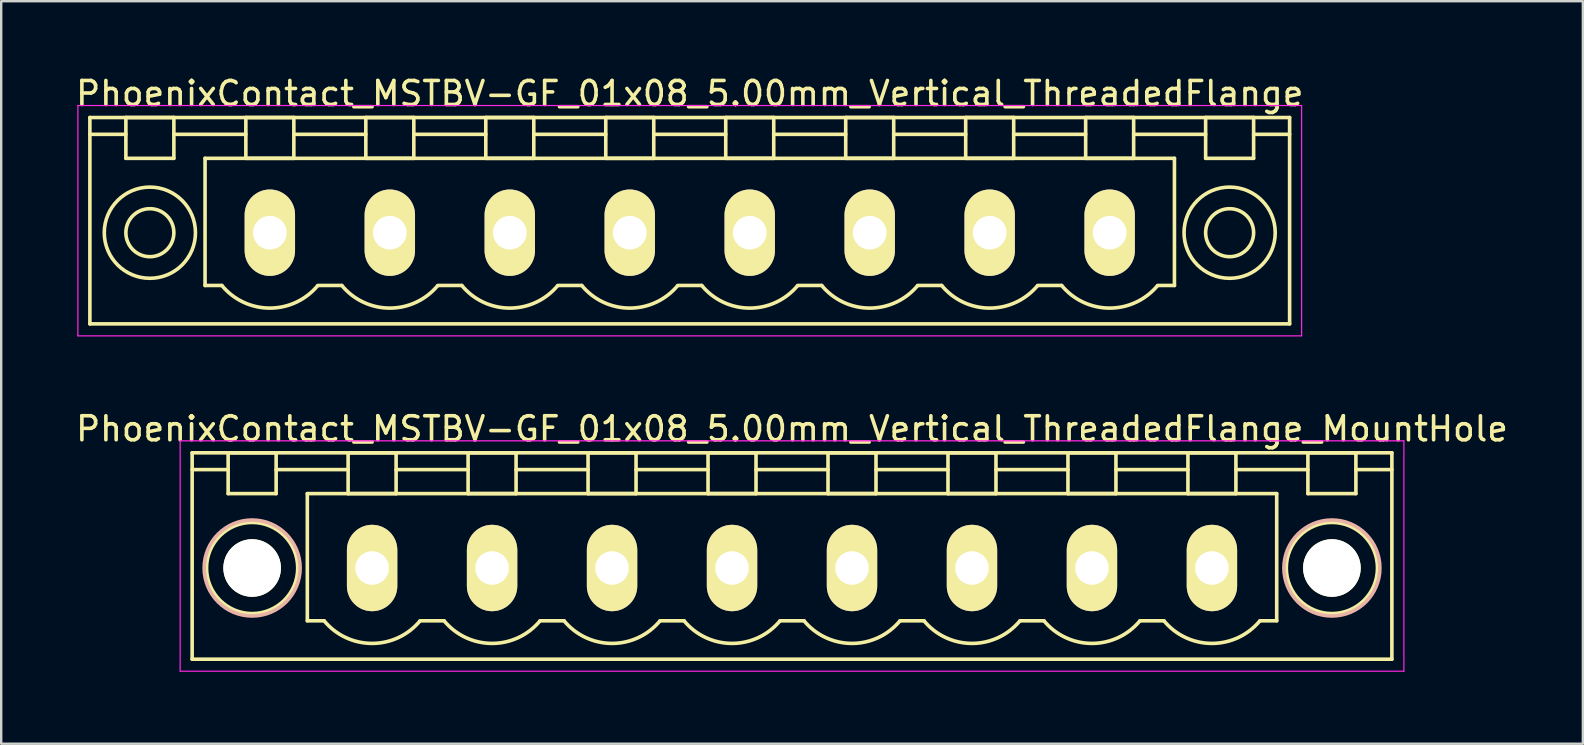
<source format=kicad_pcb>
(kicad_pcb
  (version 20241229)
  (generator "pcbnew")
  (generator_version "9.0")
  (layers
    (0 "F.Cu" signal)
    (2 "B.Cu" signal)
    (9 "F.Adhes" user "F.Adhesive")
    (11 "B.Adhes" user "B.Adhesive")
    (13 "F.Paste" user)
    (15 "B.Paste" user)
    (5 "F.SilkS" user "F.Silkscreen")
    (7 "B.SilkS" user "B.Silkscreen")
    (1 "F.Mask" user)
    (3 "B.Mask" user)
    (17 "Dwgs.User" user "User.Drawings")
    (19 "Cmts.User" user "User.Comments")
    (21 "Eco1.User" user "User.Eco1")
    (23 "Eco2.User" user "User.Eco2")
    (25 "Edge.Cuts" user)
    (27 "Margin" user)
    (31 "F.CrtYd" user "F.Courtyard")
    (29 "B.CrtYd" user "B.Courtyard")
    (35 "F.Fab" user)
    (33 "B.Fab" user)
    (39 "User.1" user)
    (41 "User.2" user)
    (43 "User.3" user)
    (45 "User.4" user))
  (footprint "PhoenixContact_MSTBV-GF_01x08_5.00mm_Vertical_ThreadedFlange_MountHole"
    (layer "F.Cu")
    (at 12.458 20.622)
    (property "Reference" "PhoenixContact_MSTBV-GF_01x08_5.00mm_Vertical_ThreadedFlange_MountHole" (at 17.5 -5.8 0) (layer "F.SilkS") (effects (font (size 1 1) (thickness 0.15))))
    (attr through_hole)
    (fp_line (start -7.5 -4.8) (end -7.5 3.8) (stroke (width 0.15) (type solid)) (layer "F.SilkS"))
    (fp_line (start -7.5 -4.1) (end -6 -4.1) (stroke (width 0.15) (type solid)) (layer "F.SilkS"))
    (fp_line (start -7.5 3.8) (end 42.5 3.8) (stroke (width 0.15) (type solid)) (layer "F.SilkS"))
    (fp_line (start -6 -4.8) (end -4 -4.8) (stroke (width 0.15) (type solid)) (layer "F.SilkS"))
    (fp_line (start -6 -3.1) (end -6 -4.8) (stroke (width 0.15) (type solid)) (layer "F.SilkS"))
    (fp_line (start -4 -4.8) (end -4 -3.1) (stroke (width 0.15) (type solid)) (layer "F.SilkS"))
    (fp_line (start -4 -4.1) (end -1 -4.1) (stroke (width 0.15) (type solid)) (layer "F.SilkS"))
    (fp_line (start -4 -3.1) (end -6 -3.1) (stroke (width 0.15) (type solid)) (layer "F.SilkS"))
    (fp_line (start -2.7 -3.1) (end 37.7 -3.1) (stroke (width 0.15) (type solid)) (layer "F.SilkS"))
    (fp_line (start -2.7 2.2) (end -2.7 -3.1) (stroke (width 0.15) (type solid)) (layer "F.SilkS"))
    (fp_line (start -2 2.2) (end -2.7 2.2) (stroke (width 0.15) (type solid)) (layer "F.SilkS"))
    (fp_line (start -1 -4.8) (end 1 -4.8) (stroke (width 0.15) (type solid)) (layer "F.SilkS"))
    (fp_line (start -1 -3.1) (end -1 -4.8) (stroke (width 0.15) (type solid)) (layer "F.SilkS"))
    (fp_line (start 1 -4.8) (end 1 -3.1) (stroke (width 0.15) (type solid)) (layer "F.SilkS"))
    (fp_line (start 1 -4.1) (end 4 -4.1) (stroke (width 0.15) (type solid)) (layer "F.SilkS"))
    (fp_line (start 1 -3.1) (end -1 -3.1) (stroke (width 0.15) (type solid)) (layer "F.SilkS"))
    (fp_line (start 2 2.2) (end 3 2.2) (stroke (width 0.15) (type solid)) (layer "F.SilkS"))
    (fp_line (start 4 -4.8) (end 6 -4.8) (stroke (width 0.15) (type solid)) (layer "F.SilkS"))
    (fp_line (start 4 -3.1) (end 4 -4.8) (stroke (width 0.15) (type solid)) (layer "F.SilkS"))
    (fp_line (start 6 -4.8) (end 6 -3.1) (stroke (width 0.15) (type solid)) (layer "F.SilkS"))
    (fp_line (start 6 -4.1) (end 9 -4.1) (stroke (width 0.15) (type solid)) (layer "F.SilkS"))
    (fp_line (start 6 -3.1) (end 4 -3.1) (stroke (width 0.15) (type solid)) (layer "F.SilkS"))
    (fp_line (start 7 2.2) (end 8 2.2) (stroke (width 0.15) (type solid)) (layer "F.SilkS"))
    (fp_line (start 9 -4.8) (end 11 -4.8) (stroke (width 0.15) (type solid)) (layer "F.SilkS"))
    (fp_line (start 9 -3.1) (end 9 -4.8) (stroke (width 0.15) (type solid)) (layer "F.SilkS"))
    (fp_line (start 11 -4.8) (end 11 -3.1) (stroke (width 0.15) (type solid)) (layer "F.SilkS"))
    (fp_line (start 11 -4.1) (end 14 -4.1) (stroke (width 0.15) (type solid)) (layer "F.SilkS"))
    (fp_line (start 11 -3.1) (end 9 -3.1) (stroke (width 0.15) (type solid)) (layer "F.SilkS"))
    (fp_line (start 12 2.2) (end 13 2.2) (stroke (width 0.15) (type solid)) (layer "F.SilkS"))
    (fp_line (start 14 -4.8) (end 16 -4.8) (stroke (width 0.15) (type solid)) (layer "F.SilkS"))
    (fp_line (start 14 -3.1) (end 14 -4.8) (stroke (width 0.15) (type solid)) (layer "F.SilkS"))
    (fp_line (start 16 -4.8) (end 16 -3.1) (stroke (width 0.15) (type solid)) (layer "F.SilkS"))
    (fp_line (start 16 -4.1) (end 19 -4.1) (stroke (width 0.15) (type solid)) (layer "F.SilkS"))
    (fp_line (start 16 -3.1) (end 14 -3.1) (stroke (width 0.15) (type solid)) (layer "F.SilkS"))
    (fp_line (start 17 2.2) (end 18 2.2) (stroke (width 0.15) (type solid)) (layer "F.SilkS"))
    (fp_line (start 19 -4.8) (end 21 -4.8) (stroke (width 0.15) (type solid)) (layer "F.SilkS"))
    (fp_line (start 19 -3.1) (end 19 -4.8) (stroke (width 0.15) (type solid)) (layer "F.SilkS"))
    (fp_line (start 21 -4.8) (end 21 -3.1) (stroke (width 0.15) (type solid)) (layer "F.SilkS"))
    (fp_line (start 21 -4.1) (end 24 -4.1) (stroke (width 0.15) (type solid)) (layer "F.SilkS"))
    (fp_line (start 21 -3.1) (end 19 -3.1) (stroke (width 0.15) (type solid)) (layer "F.SilkS"))
    (fp_line (start 22 2.2) (end 23 2.2) (stroke (width 0.15) (type solid)) (layer "F.SilkS"))
    (fp_line (start 24 -4.8) (end 26 -4.8) (stroke (width 0.15) (type solid)) (layer "F.SilkS"))
    (fp_line (start 24 -3.1) (end 24 -4.8) (stroke (width 0.15) (type solid)) (layer "F.SilkS"))
    (fp_line (start 26 -4.8) (end 26 -3.1) (stroke (width 0.15) (type solid)) (layer "F.SilkS"))
    (fp_line (start 26 -4.1) (end 29 -4.1) (stroke (width 0.15) (type solid)) (layer "F.SilkS"))
    (fp_line (start 26 -3.1) (end 24 -3.1) (stroke (width 0.15) (type solid)) (layer "F.SilkS"))
    (fp_line (start 27 2.2) (end 28 2.2) (stroke (width 0.15) (type solid)) (layer "F.SilkS"))
    (fp_line (start 29 -4.8) (end 31 -4.8) (stroke (width 0.15) (type solid)) (layer "F.SilkS"))
    (fp_line (start 29 -3.1) (end 29 -4.8) (stroke (width 0.15) (type solid)) (layer "F.SilkS"))
    (fp_line (start 31 -4.8) (end 31 -3.1) (stroke (width 0.15) (type solid)) (layer "F.SilkS"))
    (fp_line (start 31 -4.1) (end 34 -4.1) (stroke (width 0.15) (type solid)) (layer "F.SilkS"))
    (fp_line (start 31 -3.1) (end 29 -3.1) (stroke (width 0.15) (type solid)) (layer "F.SilkS"))
    (fp_line (start 32 2.2) (end 33 2.2) (stroke (width 0.15) (type solid)) (layer "F.SilkS"))
    (fp_line (start 34 -4.8) (end 36 -4.8) (stroke (width 0.15) (type solid)) (layer "F.SilkS"))
    (fp_line (start 34 -3.1) (end 34 -4.8) (stroke (width 0.15) (type solid)) (layer "F.SilkS"))
    (fp_line (start 36 -4.8) (end 36 -3.1) (stroke (width 0.15) (type solid)) (layer "F.SilkS"))
    (fp_line (start 36 -4.1) (end 39 -4.1) (stroke (width 0.15) (type solid)) (layer "F.SilkS"))
    (fp_line (start 36 -3.1) (end 34 -3.1) (stroke (width 0.15) (type solid)) (layer "F.SilkS"))
    (fp_line (start 37.7 -3.1) (end 37.7 2.2) (stroke (width 0.15) (type solid)) (layer "F.SilkS"))
    (fp_line (start 37.7 2.2) (end 37 2.2) (stroke (width 0.15) (type solid)) (layer "F.SilkS"))
    (fp_line (start 39 -4.8) (end 41 -4.8) (stroke (width 0.15) (type solid)) (layer "F.SilkS"))
    (fp_line (start 39 -3.1) (end 39 -4.8) (stroke (width 0.15) (type solid)) (layer "F.SilkS"))
    (fp_line (start 41 -4.8) (end 41 -3.1) (stroke (width 0.15) (type solid)) (layer "F.SilkS"))
    (fp_line (start 41 -3.1) (end 39 -3.1) (stroke (width 0.15) (type solid)) (layer "F.SilkS"))
    (fp_line (start 42.5 -4.8) (end -7.5 -4.8) (stroke (width 0.15) (type solid)) (layer "F.SilkS"))
    (fp_line (start 42.5 -4.1) (end 41 -4.1) (stroke (width 0.15) (type solid)) (layer "F.SilkS"))
    (fp_line (start 42.5 3.8) (end 42.5 -4.8) (stroke (width 0.15) (type solid)) (layer "F.SilkS"))
    (fp_arc (start 1.986842 2.215821) (mid -0.010289 3.142758) (end -2 2.2) (stroke (width 0.15) (type solid)) (layer "F.SilkS"))
    (fp_arc (start 6.986842 2.215821) (mid 4.989711 3.142758) (end 3 2.2) (stroke (width 0.15) (type solid)) (layer "F.SilkS"))
    (fp_arc (start 11.986842 2.215821) (mid 9.989711 3.142758) (end 8 2.2) (stroke (width 0.15) (type solid)) (layer "F.SilkS"))
    (fp_arc (start 16.986842 2.215821) (mid 14.989711 3.142758) (end 13 2.2) (stroke (width 0.15) (type solid)) (layer "F.SilkS"))
    (fp_arc (start 21.986842 2.215821) (mid 19.989711 3.142758) (end 18 2.2) (stroke (width 0.15) (type solid)) (layer "F.SilkS"))
    (fp_arc (start 26.986842 2.215821) (mid 24.989711 3.142758) (end 23 2.2) (stroke (width 0.15) (type solid)) (layer "F.SilkS"))
    (fp_arc (start 31.986842 2.215821) (mid 29.989711 3.142758) (end 28 2.2) (stroke (width 0.15) (type solid)) (layer "F.SilkS"))
    (fp_arc (start 36.986842 2.215821) (mid 34.989711 3.142758) (end 33 2.2) (stroke (width 0.15) (type solid)) (layer "F.SilkS"))
    (fp_circle (center -5 0) (end -4 0) (stroke (width 0.15) (type solid)) (fill no) (layer "F.SilkS"))
    (fp_circle (center -5 0) (end -3.1 0) (stroke (width 0.15) (type solid)) (fill no) (layer "F.SilkS"))
    (fp_circle (center 40 0) (end 41 0) (stroke (width 0.15) (type solid)) (fill no) (layer "F.SilkS"))
    (fp_circle (center 40 0) (end 41.9 0) (stroke (width 0.15) (type solid)) (fill no) (layer "F.SilkS"))
    (fp_circle (center -5 0) (end -3 0) (stroke (width 0.15) (type solid)) (fill no) (layer "B.SilkS"))
    (fp_circle (center 40 0) (end 42 0) (stroke (width 0.15) (type solid)) (fill no) (layer "B.SilkS"))
    (fp_line (start -8 -5.3) (end -8 4.3) (stroke (width 0.05) (type solid)) (layer "F.CrtYd"))
    (fp_line (start -8 4.3) (end 43 4.3) (stroke (width 0.05) (type solid)) (layer "F.CrtYd"))
    (fp_line (start 43 -5.3) (end -8 -5.3) (stroke (width 0.05) (type solid)) (layer "F.CrtYd"))
    (fp_line (start 43 4.3) (end 43 -5.3) (stroke (width 0.05) (type solid)) (layer "F.CrtYd"))
    (pad "" np_thru_hole circle (at -5 0) (size 2.4 2.4) (drill 2.4) (layers "*.Cu" "*.Mask" "F.SilkS"))
    (pad "" np_thru_hole circle (at 40 0) (size 2.4 2.4) (drill 2.4) (layers "*.Cu" "*.Mask" "F.SilkS"))
    (pad "1" thru_hole oval (at 0 0) (size 2.1 3.6) (drill 1.4) (layers "*.Cu" "*.Mask" "F.SilkS"))
    (pad "2" thru_hole oval (at 5 0) (size 2.1 3.6) (drill 1.4) (layers "*.Cu" "*.Mask" "F.SilkS"))
    (pad "3" thru_hole oval (at 10 0) (size 2.1 3.6) (drill 1.4) (layers "*.Cu" "*.Mask" "F.SilkS"))
    (pad "4" thru_hole oval (at 15 0) (size 2.1 3.6) (drill 1.4) (layers "*.Cu" "*.Mask" "F.SilkS"))
    (pad "5" thru_hole oval (at 20 0) (size 2.1 3.6) (drill 1.4) (layers "*.Cu" "*.Mask" "F.SilkS"))
    (pad "6" thru_hole oval (at 25 0) (size 2.1 3.6) (drill 1.4) (layers "*.Cu" "*.Mask" "F.SilkS"))
    (pad "7" thru_hole oval (at 30 0) (size 2.1 3.6) (drill 1.4) (layers "*.Cu" "*.Mask" "F.SilkS"))
    (pad "8" thru_hole oval (at 35 0) (size 2.1 3.6) (drill 1.4) (layers "*.Cu" "*.Mask" "F.SilkS")))
  (footprint "PhoenixContact_MSTBV-GF_01x08_5.00mm_Vertical_ThreadedFlange"
    (layer "F.Cu")
    (at 8.196 6.648)
    (property "Reference" "PhoenixContact_MSTBV-GF_01x08_5.00mm_Vertical_ThreadedFlange" (at 17.5 -5.8 0) (layer "F.SilkS") (effects (font (size 1 1) (thickness 0.15))))
    (attr through_hole)
    (fp_line (start -7.5 -4.8) (end -7.5 3.8) (stroke (width 0.15) (type solid)) (layer "F.SilkS"))
    (fp_line (start -7.5 -4.1) (end -6 -4.1) (stroke (width 0.15) (type solid)) (layer "F.SilkS"))
    (fp_line (start -7.5 3.8) (end 42.5 3.8) (stroke (width 0.15) (type solid)) (layer "F.SilkS"))
    (fp_line (start -6 -4.8) (end -4 -4.8) (stroke (width 0.15) (type solid)) (layer "F.SilkS"))
    (fp_line (start -6 -3.1) (end -6 -4.8) (stroke (width 0.15) (type solid)) (layer "F.SilkS"))
    (fp_line (start -4 -4.8) (end -4 -3.1) (stroke (width 0.15) (type solid)) (layer "F.SilkS"))
    (fp_line (start -4 -4.1) (end -1 -4.1) (stroke (width 0.15) (type solid)) (layer "F.SilkS"))
    (fp_line (start -4 -3.1) (end -6 -3.1) (stroke (width 0.15) (type solid)) (layer "F.SilkS"))
    (fp_line (start -2.7 -3.1) (end 37.7 -3.1) (stroke (width 0.15) (type solid)) (layer "F.SilkS"))
    (fp_line (start -2.7 2.2) (end -2.7 -3.1) (stroke (width 0.15) (type solid)) (layer "F.SilkS"))
    (fp_line (start -2 2.2) (end -2.7 2.2) (stroke (width 0.15) (type solid)) (layer "F.SilkS"))
    (fp_line (start -1 -4.8) (end 1 -4.8) (stroke (width 0.15) (type solid)) (layer "F.SilkS"))
    (fp_line (start -1 -3.1) (end -1 -4.8) (stroke (width 0.15) (type solid)) (layer "F.SilkS"))
    (fp_line (start 1 -4.8) (end 1 -3.1) (stroke (width 0.15) (type solid)) (layer "F.SilkS"))
    (fp_line (start 1 -4.1) (end 4 -4.1) (stroke (width 0.15) (type solid)) (layer "F.SilkS"))
    (fp_line (start 1 -3.1) (end -1 -3.1) (stroke (width 0.15) (type solid)) (layer "F.SilkS"))
    (fp_line (start 2 2.2) (end 3 2.2) (stroke (width 0.15) (type solid)) (layer "F.SilkS"))
    (fp_line (start 4 -4.8) (end 6 -4.8) (stroke (width 0.15) (type solid)) (layer "F.SilkS"))
    (fp_line (start 4 -3.1) (end 4 -4.8) (stroke (width 0.15) (type solid)) (layer "F.SilkS"))
    (fp_line (start 6 -4.8) (end 6 -3.1) (stroke (width 0.15) (type solid)) (layer "F.SilkS"))
    (fp_line (start 6 -4.1) (end 9 -4.1) (stroke (width 0.15) (type solid)) (layer "F.SilkS"))
    (fp_line (start 6 -3.1) (end 4 -3.1) (stroke (width 0.15) (type solid)) (layer "F.SilkS"))
    (fp_line (start 7 2.2) (end 8 2.2) (stroke (width 0.15) (type solid)) (layer "F.SilkS"))
    (fp_line (start 9 -4.8) (end 11 -4.8) (stroke (width 0.15) (type solid)) (layer "F.SilkS"))
    (fp_line (start 9 -3.1) (end 9 -4.8) (stroke (width 0.15) (type solid)) (layer "F.SilkS"))
    (fp_line (start 11 -4.8) (end 11 -3.1) (stroke (width 0.15) (type solid)) (layer "F.SilkS"))
    (fp_line (start 11 -4.1) (end 14 -4.1) (stroke (width 0.15) (type solid)) (layer "F.SilkS"))
    (fp_line (start 11 -3.1) (end 9 -3.1) (stroke (width 0.15) (type solid)) (layer "F.SilkS"))
    (fp_line (start 12 2.2) (end 13 2.2) (stroke (width 0.15) (type solid)) (layer "F.SilkS"))
    (fp_line (start 14 -4.8) (end 16 -4.8) (stroke (width 0.15) (type solid)) (layer "F.SilkS"))
    (fp_line (start 14 -3.1) (end 14 -4.8) (stroke (width 0.15) (type solid)) (layer "F.SilkS"))
    (fp_line (start 16 -4.8) (end 16 -3.1) (stroke (width 0.15) (type solid)) (layer "F.SilkS"))
    (fp_line (start 16 -4.1) (end 19 -4.1) (stroke (width 0.15) (type solid)) (layer "F.SilkS"))
    (fp_line (start 16 -3.1) (end 14 -3.1) (stroke (width 0.15) (type solid)) (layer "F.SilkS"))
    (fp_line (start 17 2.2) (end 18 2.2) (stroke (width 0.15) (type solid)) (layer "F.SilkS"))
    (fp_line (start 19 -4.8) (end 21 -4.8) (stroke (width 0.15) (type solid)) (layer "F.SilkS"))
    (fp_line (start 19 -3.1) (end 19 -4.8) (stroke (width 0.15) (type solid)) (layer "F.SilkS"))
    (fp_line (start 21 -4.8) (end 21 -3.1) (stroke (width 0.15) (type solid)) (layer "F.SilkS"))
    (fp_line (start 21 -4.1) (end 24 -4.1) (stroke (width 0.15) (type solid)) (layer "F.SilkS"))
    (fp_line (start 21 -3.1) (end 19 -3.1) (stroke (width 0.15) (type solid)) (layer "F.SilkS"))
    (fp_line (start 22 2.2) (end 23 2.2) (stroke (width 0.15) (type solid)) (layer "F.SilkS"))
    (fp_line (start 24 -4.8) (end 26 -4.8) (stroke (width 0.15) (type solid)) (layer "F.SilkS"))
    (fp_line (start 24 -3.1) (end 24 -4.8) (stroke (width 0.15) (type solid)) (layer "F.SilkS"))
    (fp_line (start 26 -4.8) (end 26 -3.1) (stroke (width 0.15) (type solid)) (layer "F.SilkS"))
    (fp_line (start 26 -4.1) (end 29 -4.1) (stroke (width 0.15) (type solid)) (layer "F.SilkS"))
    (fp_line (start 26 -3.1) (end 24 -3.1) (stroke (width 0.15) (type solid)) (layer "F.SilkS"))
    (fp_line (start 27 2.2) (end 28 2.2) (stroke (width 0.15) (type solid)) (layer "F.SilkS"))
    (fp_line (start 29 -4.8) (end 31 -4.8) (stroke (width 0.15) (type solid)) (layer "F.SilkS"))
    (fp_line (start 29 -3.1) (end 29 -4.8) (stroke (width 0.15) (type solid)) (layer "F.SilkS"))
    (fp_line (start 31 -4.8) (end 31 -3.1) (stroke (width 0.15) (type solid)) (layer "F.SilkS"))
    (fp_line (start 31 -4.1) (end 34 -4.1) (stroke (width 0.15) (type solid)) (layer "F.SilkS"))
    (fp_line (start 31 -3.1) (end 29 -3.1) (stroke (width 0.15) (type solid)) (layer "F.SilkS"))
    (fp_line (start 32 2.2) (end 33 2.2) (stroke (width 0.15) (type solid)) (layer "F.SilkS"))
    (fp_line (start 34 -4.8) (end 36 -4.8) (stroke (width 0.15) (type solid)) (layer "F.SilkS"))
    (fp_line (start 34 -3.1) (end 34 -4.8) (stroke (width 0.15) (type solid)) (layer "F.SilkS"))
    (fp_line (start 36 -4.8) (end 36 -3.1) (stroke (width 0.15) (type solid)) (layer "F.SilkS"))
    (fp_line (start 36 -4.1) (end 39 -4.1) (stroke (width 0.15) (type solid)) (layer "F.SilkS"))
    (fp_line (start 36 -3.1) (end 34 -3.1) (stroke (width 0.15) (type solid)) (layer "F.SilkS"))
    (fp_line (start 37.7 -3.1) (end 37.7 2.2) (stroke (width 0.15) (type solid)) (layer "F.SilkS"))
    (fp_line (start 37.7 2.2) (end 37 2.2) (stroke (width 0.15) (type solid)) (layer "F.SilkS"))
    (fp_line (start 39 -4.8) (end 41 -4.8) (stroke (width 0.15) (type solid)) (layer "F.SilkS"))
    (fp_line (start 39 -3.1) (end 39 -4.8) (stroke (width 0.15) (type solid)) (layer "F.SilkS"))
    (fp_line (start 41 -4.8) (end 41 -3.1) (stroke (width 0.15) (type solid)) (layer "F.SilkS"))
    (fp_line (start 41 -3.1) (end 39 -3.1) (stroke (width 0.15) (type solid)) (layer "F.SilkS"))
    (fp_line (start 42.5 -4.8) (end -7.5 -4.8) (stroke (width 0.15) (type solid)) (layer "F.SilkS"))
    (fp_line (start 42.5 -4.1) (end 41 -4.1) (stroke (width 0.15) (type solid)) (layer "F.SilkS"))
    (fp_line (start 42.5 3.8) (end 42.5 -4.8) (stroke (width 0.15) (type solid)) (layer "F.SilkS"))
    (fp_arc (start 1.986842 2.215821) (mid -0.010289 3.142758) (end -2 2.2) (stroke (width 0.15) (type solid)) (layer "F.SilkS"))
    (fp_arc (start 6.986842 2.215821) (mid 4.989711 3.142758) (end 3 2.2) (stroke (width 0.15) (type solid)) (layer "F.SilkS"))
    (fp_arc (start 11.986842 2.215821) (mid 9.989711 3.142758) (end 8 2.2) (stroke (width 0.15) (type solid)) (layer "F.SilkS"))
    (fp_arc (start 16.986842 2.215821) (mid 14.989711 3.142758) (end 13 2.2) (stroke (width 0.15) (type solid)) (layer "F.SilkS"))
    (fp_arc (start 21.986842 2.215821) (mid 19.989711 3.142758) (end 18 2.2) (stroke (width 0.15) (type solid)) (layer "F.SilkS"))
    (fp_arc (start 26.986842 2.215821) (mid 24.989711 3.142758) (end 23 2.2) (stroke (width 0.15) (type solid)) (layer "F.SilkS"))
    (fp_arc (start 31.986842 2.215821) (mid 29.989711 3.142758) (end 28 2.2) (stroke (width 0.15) (type solid)) (layer "F.SilkS"))
    (fp_arc (start 36.986842 2.215821) (mid 34.989711 3.142758) (end 33 2.2) (stroke (width 0.15) (type solid)) (layer "F.SilkS"))
    (fp_circle (center -5 0) (end -4 0) (stroke (width 0.15) (type solid)) (fill no) (layer "F.SilkS"))
    (fp_circle (center -5 0) (end -3.1 0) (stroke (width 0.15) (type solid)) (fill no) (layer "F.SilkS"))
    (fp_circle (center 40 0) (end 41 0) (stroke (width 0.15) (type solid)) (fill no) (layer "F.SilkS"))
    (fp_circle (center 40 0) (end 41.9 0) (stroke (width 0.15) (type solid)) (fill no) (layer "F.SilkS"))
    (fp_line (start -8 -5.3) (end -8 4.3) (stroke (width 0.05) (type solid)) (layer "F.CrtYd"))
    (fp_line (start -8 4.3) (end 43 4.3) (stroke (width 0.05) (type solid)) (layer "F.CrtYd"))
    (fp_line (start 43 -5.3) (end -8 -5.3) (stroke (width 0.05) (type solid)) (layer "F.CrtYd"))
    (fp_line (start 43 4.3) (end 43 -5.3) (stroke (width 0.05) (type solid)) (layer "F.CrtYd"))
    (pad "1" thru_hole oval (at 0 0) (size 2.1 3.6) (drill 1.4) (layers "*.Cu" "*.Mask" "F.SilkS"))
    (pad "2" thru_hole oval (at 5 0) (size 2.1 3.6) (drill 1.4) (layers "*.Cu" "*.Mask" "F.SilkS"))
    (pad "3" thru_hole oval (at 10 0) (size 2.1 3.6) (drill 1.4) (layers "*.Cu" "*.Mask" "F.SilkS"))
    (pad "4" thru_hole oval (at 15 0) (size 2.1 3.6) (drill 1.4) (layers "*.Cu" "*.Mask" "F.SilkS"))
    (pad "5" thru_hole oval (at 20 0) (size 2.1 3.6) (drill 1.4) (layers "*.Cu" "*.Mask" "F.SilkS"))
    (pad "6" thru_hole oval (at 25 0) (size 2.1 3.6) (drill 1.4) (layers "*.Cu" "*.Mask" "F.SilkS"))
    (pad "7" thru_hole oval (at 30 0) (size 2.1 3.6) (drill 1.4) (layers "*.Cu" "*.Mask" "F.SilkS"))
    (pad "8" thru_hole oval (at 35 0) (size 2.1 3.6) (drill 1.4) (layers "*.Cu" "*.Mask" "F.SilkS")))
  (gr_rect
    (start -3 -3)
    (end 62.917 27.947)
    (stroke (width 0.1) (type default))
    (fill no)
    (layer "Edge.Cuts")))
</source>
